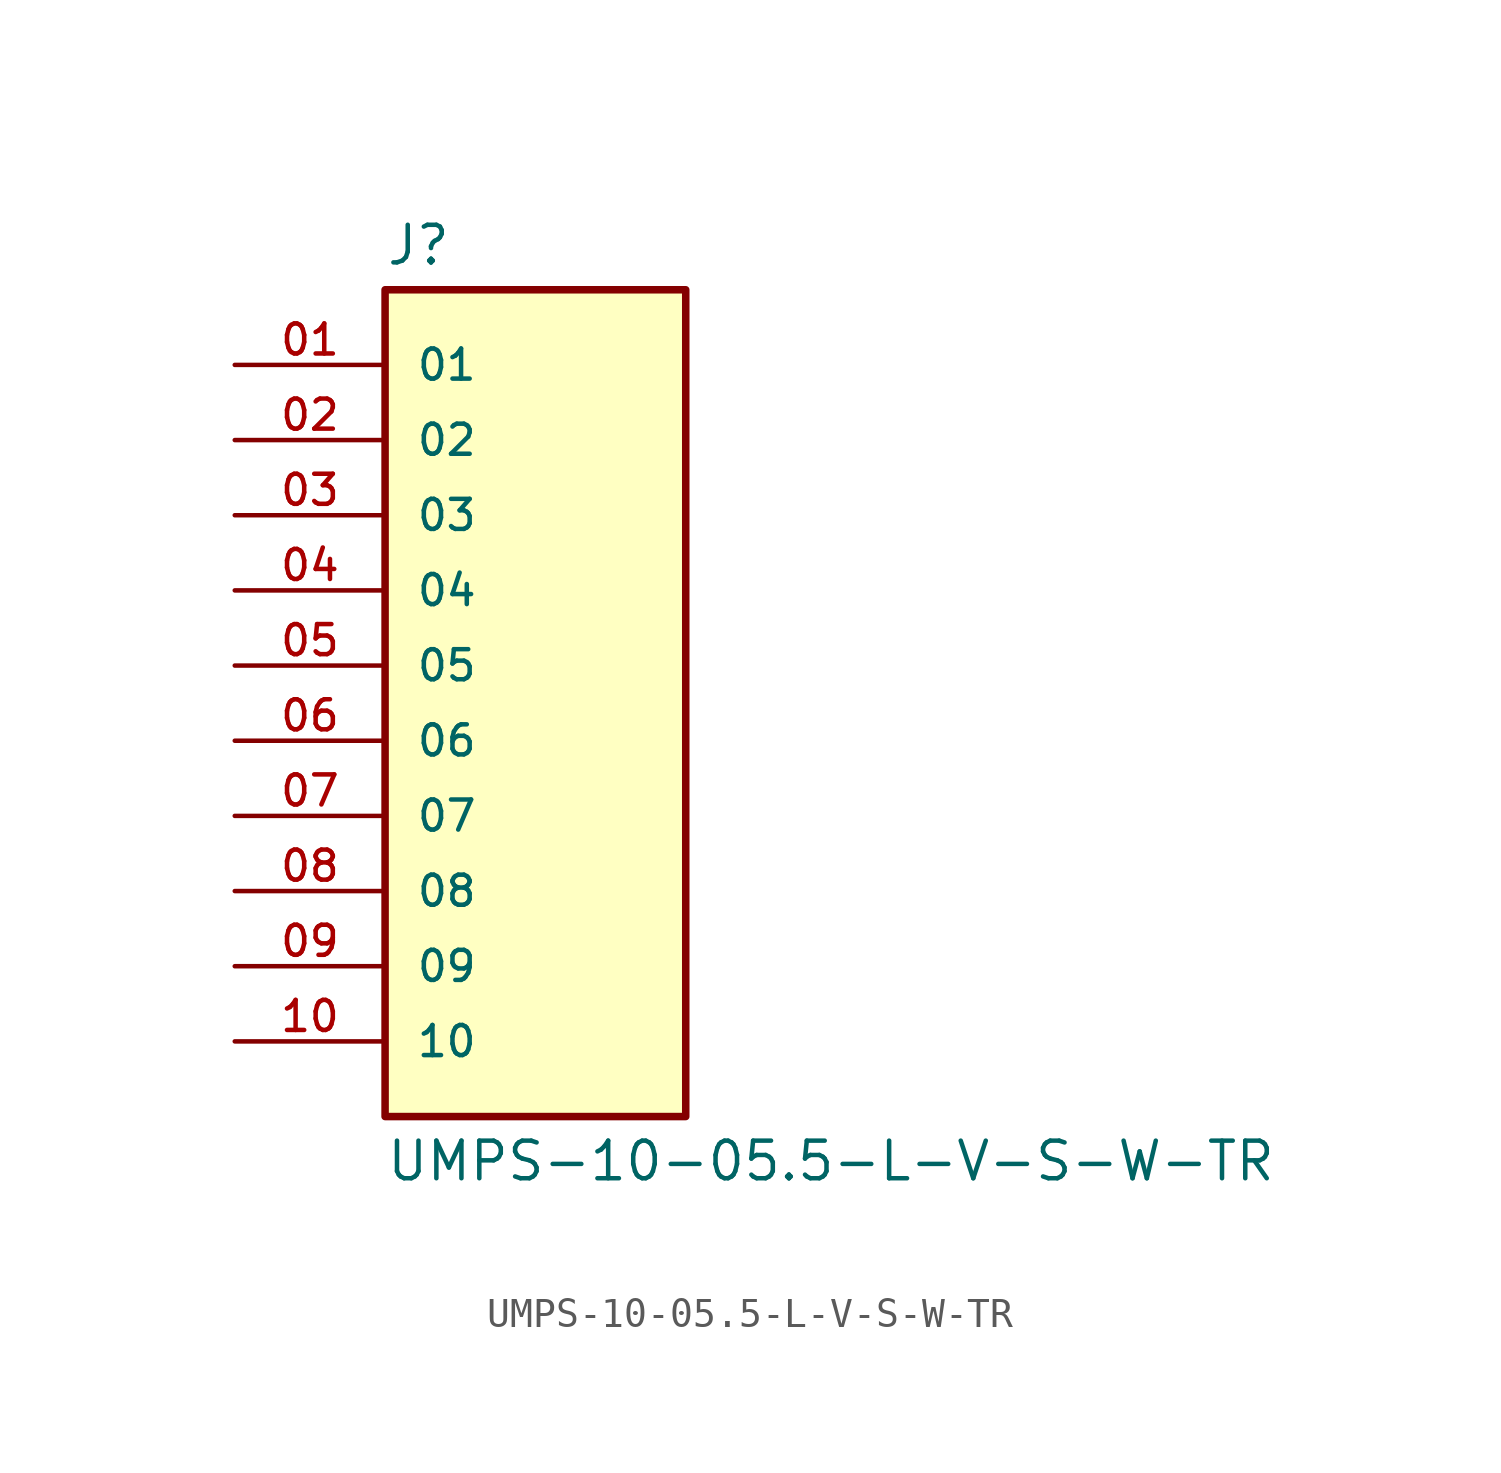
<source format=kicad_sym>
(kicad_symbol_lib
  (version 20211014)
  (generator kicad_symbol_editor)
  (symbol "UMPS-10-05.5-L-V-S-W-TR"
    (pin_names
      (offset 1.016))
    (property "Reference" "J"
      (at -5.08 13.462 0)
      (effects (font (size 1.27 1.27)) (justify bottom left)))
    (property "Value" "UMPS-10-05.5-L-V-S-W-TR"
      (at -5.08 -16.002 0)
      (effects (font (size 1.27 1.27)) (justify top left)))
    (symbol "UMPS-10-05.5-L-V-S-W-TR_0_0"
      (rectangle (start -5.08 -15.24) (end 5.08 12.7) (stroke (width 0.254)) (fill (type background)))
      (pin passive line (at -10.16 10.16 0) (length 5.08) (name "01" (effects (font (size 1.016 1.016)))) (number "01" (effects (font (size 1.016 1.016)))))
      (pin passive line (at -10.16 7.62 0) (length 5.08) (name "02" (effects (font (size 1.016 1.016)))) (number "02" (effects (font (size 1.016 1.016)))))
      (pin passive line (at -10.16 5.08 0) (length 5.08) (name "03" (effects (font (size 1.016 1.016)))) (number "03" (effects (font (size 1.016 1.016)))))
      (pin passive line (at -10.16 2.54 0) (length 5.08) (name "04" (effects (font (size 1.016 1.016)))) (number "04" (effects (font (size 1.016 1.016)))))
      (pin passive line (at -10.16 0.0 0) (length 5.08) (name "05" (effects (font (size 1.016 1.016)))) (number "05" (effects (font (size 1.016 1.016)))))
      (pin passive line (at -10.16 -2.54 0) (length 5.08) (name "06" (effects (font (size 1.016 1.016)))) (number "06" (effects (font (size 1.016 1.016)))))
      (pin passive line (at -10.16 -5.08 0) (length 5.08) (name "07" (effects (font (size 1.016 1.016)))) (number "07" (effects (font (size 1.016 1.016)))))
      (pin passive line (at -10.16 -7.62 0) (length 5.08) (name "08" (effects (font (size 1.016 1.016)))) (number "08" (effects (font (size 1.016 1.016)))))
      (pin passive line (at -10.16 -10.16 0) (length 5.08) (name "09" (effects (font (size 1.016 1.016)))) (number "09" (effects (font (size 1.016 1.016)))))
      (pin passive line (at -10.16 -12.7 0) (length 5.08) (name "10" (effects (font (size 1.016 1.016)))) (number "10" (effects (font (size 1.016 1.016))))))))
</source>
